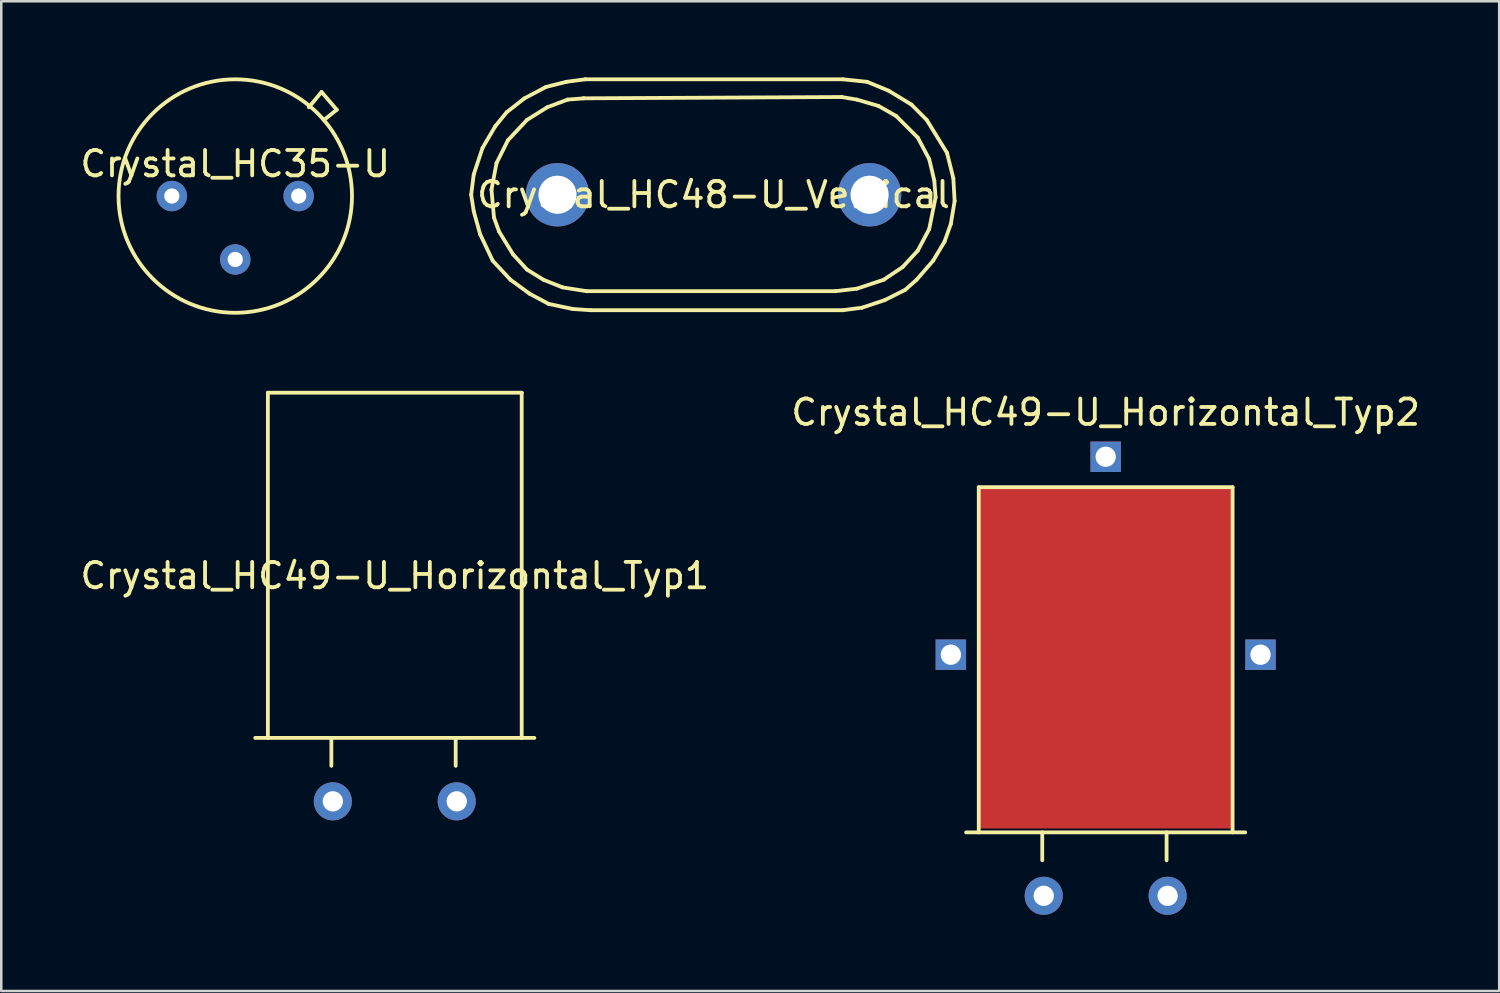
<source format=kicad_pcb>
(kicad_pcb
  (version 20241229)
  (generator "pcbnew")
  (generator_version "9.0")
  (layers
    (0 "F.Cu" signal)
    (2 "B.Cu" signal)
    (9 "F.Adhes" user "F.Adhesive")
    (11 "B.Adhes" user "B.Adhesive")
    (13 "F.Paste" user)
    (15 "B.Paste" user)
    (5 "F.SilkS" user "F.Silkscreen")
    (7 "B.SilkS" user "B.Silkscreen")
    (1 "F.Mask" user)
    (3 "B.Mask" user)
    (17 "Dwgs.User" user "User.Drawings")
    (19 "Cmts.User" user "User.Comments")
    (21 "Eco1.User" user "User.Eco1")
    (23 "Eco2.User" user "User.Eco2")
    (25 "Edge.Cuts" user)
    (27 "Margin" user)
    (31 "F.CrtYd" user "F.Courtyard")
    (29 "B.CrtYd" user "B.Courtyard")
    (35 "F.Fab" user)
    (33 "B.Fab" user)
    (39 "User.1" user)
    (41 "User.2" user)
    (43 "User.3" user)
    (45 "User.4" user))
  (footprint "Crystal_HC48-U_Vertical"
    (layer "F.Cu")
    (at 25.066 4.624)
    (property "Reference" "Crystal_HC48-U_Vertical" (at 0 0 0) (layer "F.SilkS") (effects (font (size 1 1) (thickness 0.15))))
    (attr through_hole)
    (fp_line (start -9.55 0) (end -9.449 -0.8) (stroke (width 0.15) (type solid)) (layer "F.SilkS"))
    (fp_line (start -9.449 -0.8) (end -9.101 -1.849) (stroke (width 0.15) (type solid)) (layer "F.SilkS"))
    (fp_line (start -9.449 0.65) (end -9.55 0) (stroke (width 0.15) (type solid)) (layer "F.SilkS"))
    (fp_line (start -9.2 1.549) (end -9.449 0.65) (stroke (width 0.15) (type solid)) (layer "F.SilkS"))
    (fp_line (start -9.101 -1.849) (end -8.6 -2.7) (stroke (width 0.15) (type solid)) (layer "F.SilkS"))
    (fp_line (start -8.75 -0.201) (end -8.55 -1.25) (stroke (width 0.15) (type solid)) (layer "F.SilkS"))
    (fp_line (start -8.7 2.601) (end -9.2 1.549) (stroke (width 0.15) (type solid)) (layer "F.SilkS"))
    (fp_line (start -8.651 0.899) (end -8.75 -0.201) (stroke (width 0.15) (type solid)) (layer "F.SilkS"))
    (fp_line (start -8.6 -2.7) (end -8.151 -3.251) (stroke (width 0.15) (type solid)) (layer "F.SilkS"))
    (fp_line (start -8.55 -1.25) (end -8.1 -2.149) (stroke (width 0.15) (type solid)) (layer "F.SilkS"))
    (fp_line (start -8.451 1.45) (end -8.651 0.899) (stroke (width 0.15) (type solid)) (layer "F.SilkS"))
    (fp_line (start -8.151 -3.251) (end -7.45 -3.8) (stroke (width 0.15) (type solid)) (layer "F.SilkS"))
    (fp_line (start -8.1 -2.149) (end -7.351 -2.949) (stroke (width 0.15) (type solid)) (layer "F.SilkS"))
    (fp_line (start -8.001 3.35) (end -8.7 2.601) (stroke (width 0.15) (type solid)) (layer "F.SilkS"))
    (fp_line (start -7.899 2.349) (end -8.451 1.45) (stroke (width 0.15) (type solid)) (layer "F.SilkS"))
    (fp_line (start -7.45 -3.8) (end -6.599 -4.249) (stroke (width 0.15) (type solid)) (layer "F.SilkS"))
    (fp_line (start -7.351 -2.949) (end -6.551 -3.449) (stroke (width 0.15) (type solid)) (layer "F.SilkS"))
    (fp_line (start -7.351 2.949) (end -7.899 2.349) (stroke (width 0.15) (type solid)) (layer "F.SilkS"))
    (fp_line (start -7.249 3.899) (end -8.001 3.35) (stroke (width 0.15) (type solid)) (layer "F.SilkS"))
    (fp_line (start -6.701 3.35) (end -7.351 2.949) (stroke (width 0.15) (type solid)) (layer "F.SilkS"))
    (fp_line (start -6.599 -4.249) (end -5.799 -4.45) (stroke (width 0.15) (type solid)) (layer "F.SilkS"))
    (fp_line (start -6.551 -3.449) (end -5.751 -3.749) (stroke (width 0.15) (type solid)) (layer "F.SilkS"))
    (fp_line (start -6.5 4.3) (end -7.249 3.899) (stroke (width 0.15) (type solid)) (layer "F.SilkS"))
    (fp_line (start -5.951 3.65) (end -6.701 3.35) (stroke (width 0.15) (type solid)) (layer "F.SilkS"))
    (fp_line (start -5.799 -4.45) (end -5.05 -4.549) (stroke (width 0.15) (type solid)) (layer "F.SilkS"))
    (fp_line (start -5.751 -3.749) (end -5.1 -3.8) (stroke (width 0.15) (type solid)) (layer "F.SilkS"))
    (fp_line (start -5.55 4.501) (end -6.5 4.3) (stroke (width 0.15) (type solid)) (layer "F.SilkS"))
    (fp_line (start -5.151 -3.8) (end 5.05 -3.851) (stroke (width 0.15) (type solid)) (layer "F.SilkS"))
    (fp_line (start -5.05 -4.549) (end 5.1 -4.549) (stroke (width 0.15) (type solid)) (layer "F.SilkS"))
    (fp_line (start -5.001 3.8) (end -5.951 3.65) (stroke (width 0.15) (type solid)) (layer "F.SilkS"))
    (fp_line (start -4.849 4.549) (end -5.55 4.501) (stroke (width 0.15) (type solid)) (layer "F.SilkS"))
    (fp_line (start 4.801 3.8) (end -5.001 3.8) (stroke (width 0.15) (type solid)) (layer "F.SilkS"))
    (fp_line (start 5.05 -3.851) (end 5.649 -3.749) (stroke (width 0.15) (type solid)) (layer "F.SilkS"))
    (fp_line (start 5.1 -4.549) (end 6.05 -4.45) (stroke (width 0.15) (type solid)) (layer "F.SilkS"))
    (fp_line (start 5.1 4.549) (end -4.849 4.549) (stroke (width 0.15) (type solid)) (layer "F.SilkS"))
    (fp_line (start 5.649 -3.749) (end 6.5 -3.5) (stroke (width 0.15) (type solid)) (layer "F.SilkS"))
    (fp_line (start 5.649 3.701) (end 4.801 3.8) (stroke (width 0.15) (type solid)) (layer "F.SilkS"))
    (fp_line (start 5.85 4.45) (end 5.1 4.549) (stroke (width 0.15) (type solid)) (layer "F.SilkS"))
    (fp_line (start 6.05 -4.45) (end 6.901 -4.1) (stroke (width 0.15) (type solid)) (layer "F.SilkS"))
    (fp_line (start 6.5 -3.5) (end 7.201 -3.099) (stroke (width 0.15) (type solid)) (layer "F.SilkS"))
    (fp_line (start 6.701 3.35) (end 5.649 3.701) (stroke (width 0.15) (type solid)) (layer "F.SilkS"))
    (fp_line (start 6.749 4.15) (end 5.85 4.45) (stroke (width 0.15) (type solid)) (layer "F.SilkS"))
    (fp_line (start 6.901 -4.1) (end 7.8 -3.551) (stroke (width 0.15) (type solid)) (layer "F.SilkS"))
    (fp_line (start 7.201 -3.099) (end 8.049 -2.25) (stroke (width 0.15) (type solid)) (layer "F.SilkS"))
    (fp_line (start 7.45 2.85) (end 6.701 3.35) (stroke (width 0.15) (type solid)) (layer "F.SilkS"))
    (fp_line (start 7.549 3.749) (end 6.749 4.15) (stroke (width 0.15) (type solid)) (layer "F.SilkS"))
    (fp_line (start 7.8 -3.551) (end 8.4 -2.949) (stroke (width 0.15) (type solid)) (layer "F.SilkS"))
    (fp_line (start 8.001 3.35) (end 7.549 3.749) (stroke (width 0.15) (type solid)) (layer "F.SilkS"))
    (fp_line (start 8.049 -2.25) (end 8.499 -1.4) (stroke (width 0.15) (type solid)) (layer "F.SilkS"))
    (fp_line (start 8.049 2.2) (end 7.45 2.85) (stroke (width 0.15) (type solid)) (layer "F.SilkS"))
    (fp_line (start 8.4 -2.949) (end 9.2 -1.651) (stroke (width 0.15) (type solid)) (layer "F.SilkS"))
    (fp_line (start 8.499 -1.4) (end 8.7 -0.551) (stroke (width 0.15) (type solid)) (layer "F.SilkS"))
    (fp_line (start 8.499 1.349) (end 8.049 2.2) (stroke (width 0.15) (type solid)) (layer "F.SilkS"))
    (fp_line (start 8.651 2.601) (end 8.001 3.35) (stroke (width 0.15) (type solid)) (layer "F.SilkS"))
    (fp_line (start 8.7 -0.551) (end 8.75 0.099) (stroke (width 0.15) (type solid)) (layer "F.SilkS"))
    (fp_line (start 8.75 0.099) (end 8.499 1.349) (stroke (width 0.15) (type solid)) (layer "F.SilkS"))
    (fp_line (start 9.101 1.849) (end 8.651 2.601) (stroke (width 0.15) (type solid)) (layer "F.SilkS"))
    (fp_line (start 9.2 -1.651) (end 9.449 -0.65) (stroke (width 0.15) (type solid)) (layer "F.SilkS"))
    (fp_line (start 9.35 1.151) (end 9.101 1.849) (stroke (width 0.15) (type solid)) (layer "F.SilkS"))
    (fp_line (start 9.449 -0.65) (end 9.5 0.249) (stroke (width 0.15) (type solid)) (layer "F.SilkS"))
    (fp_line (start 9.5 0.249) (end 9.35 1.151) (stroke (width 0.15) (type solid)) (layer "F.SilkS"))
    (pad "1" thru_hole circle (at -6.149 0) (size 2.499 2.499) (drill 1.501) (layers "*.Cu" "*.Mask"))
    (pad "2" thru_hole circle (at 6.149 0) (size 2.499 2.499) (drill 1.501) (layers "*.Cu" "*.Mask")))
  (footprint "Crystal_HC35-U"
    (layer "F.Cu")
    (at 6.22 4.675)
    (property "Reference" "Crystal_HC35-U" (at 0 -1.27 0) (layer "F.SilkS") (effects (font (size 1 1) (thickness 0.15))))
    (attr through_hole)
    (fp_line (start 2.901 -3.5) (end 3.401 -4.1) (stroke (width 0.15) (type solid)) (layer "F.SilkS"))
    (fp_line (start 3.401 -4.1) (end 4 -3.401) (stroke (width 0.15) (type solid)) (layer "F.SilkS"))
    (fp_line (start 4 -3.401) (end 3.5 -3) (stroke (width 0.15) (type solid)) (layer "F.SilkS"))
    (fp_circle (center 0 0) (end 4.6 0) (stroke (width 0.15) (type solid)) (fill no) (layer "F.SilkS"))
    (pad "1" thru_hole circle (at -2.499 0) (size 1.199 1.199) (drill 0.599) (layers "*.Cu" "*.Mask"))
    (pad "2" thru_hole circle (at 2.499 0) (size 1.199 1.199) (drill 0.599) (layers "*.Cu" "*.Mask"))
    (pad "3" thru_hole circle (at 0 2.499) (size 1.199 1.199) (drill 0.599) (layers "*.Cu" "*.Mask")))
  (footprint "Crystal_HC49-U_Horizontal_Typ1"
    (layer "F.Cu")
    (at 12.506 28.526)
    (property "Reference" "Crystal_HC49-U_Horizontal_Typ1" (at 0 -8.89 0) (layer "F.SilkS") (effects (font (size 1 1) (thickness 0.15))))
    (attr through_hole)
    (fp_line (start -5.499 -2.499) (end 5.499 -2.499) (stroke (width 0.15) (type solid)) (layer "F.SilkS"))
    (fp_line (start -5.001 -16.101) (end 5.001 -16.101) (stroke (width 0.15) (type solid)) (layer "F.SilkS"))
    (fp_line (start -5.001 -2.499) (end -5.001 -16.101) (stroke (width 0.15) (type solid)) (layer "F.SilkS"))
    (fp_line (start -2.499 -1.4) (end -2.499 -2.499) (stroke (width 0.15) (type solid)) (layer "F.SilkS"))
    (fp_line (start 2.4 -1.4) (end 2.4 -2.499) (stroke (width 0.15) (type solid)) (layer "F.SilkS"))
    (fp_line (start 5.001 -16.101) (end 5.001 -2.499) (stroke (width 0.15) (type solid)) (layer "F.SilkS"))
    (pad "1" thru_hole circle (at -2.441 0) (size 1.501 1.501) (drill 0.8) (layers "*.Cu" "*.Mask"))
    (pad "2" thru_hole circle (at 2.441 0) (size 1.501 1.501) (drill 0.8) (layers "*.Cu" "*.Mask")))
  (footprint "Crystal_HC49-U_Horizontal_Typ2"
    (layer "F.Cu")
    (at 40.518 32.248)
    (property "Reference" "Crystal_HC49-U_Horizontal_Typ2" (at 0 -19.05 0) (layer "F.SilkS") (effects (font (size 1 1) (thickness 0.15))))
    (attr through_hole)
    (fp_line (start -5.499 -2.499) (end 5.499 -2.499) (stroke (width 0.15) (type solid)) (layer "F.SilkS"))
    (fp_line (start -5.001 -16.101) (end 5.001 -16.101) (stroke (width 0.15) (type solid)) (layer "F.SilkS"))
    (fp_line (start -5.001 -2.499) (end -5.001 -16.101) (stroke (width 0.15) (type solid)) (layer "F.SilkS"))
    (fp_line (start -2.499 -1.4) (end -2.499 -2.499) (stroke (width 0.15) (type solid)) (layer "F.SilkS"))
    (fp_line (start 2.4 -1.4) (end 2.4 -2.499) (stroke (width 0.15) (type solid)) (layer "F.SilkS"))
    (fp_line (start 5.001 -16.101) (end 5.001 -2.499) (stroke (width 0.15) (type solid)) (layer "F.SilkS"))
    (pad "1" thru_hole circle (at -2.441 0) (size 1.501 1.501) (drill 0.8) (layers "*.Cu" "*.Mask"))
    (pad "2" thru_hole circle (at 2.441 0) (size 1.501 1.501) (drill 0.8) (layers "*.Cu" "*.Mask"))
    (pad "3" thru_hole rect (at -6.101 -9.5) (size 1.199 1.199) (drill 0.8) (layers "*.Cu" "*.Mask"))
    (pad "3" thru_hole rect (at 0 -17.3) (size 1.199 1.199) (drill 0.8) (layers "*.Cu" "*.Mask"))
    (pad "3" smd rect (at 0 -9.401) (size 10 13.5) (layers "F.Cu" "F.Mask" "F.Paste"))
    (pad "3" thru_hole rect (at 6.101 -9.5) (size 1.199 1.199) (drill 0.8) (layers "*.Cu" "*.Mask")))
  (gr_rect
    (start -3 -3)
    (end 56.024 35.999)
    (stroke (width 0.1) (type default))
    (fill no)
    (layer "Edge.Cuts")))
</source>
